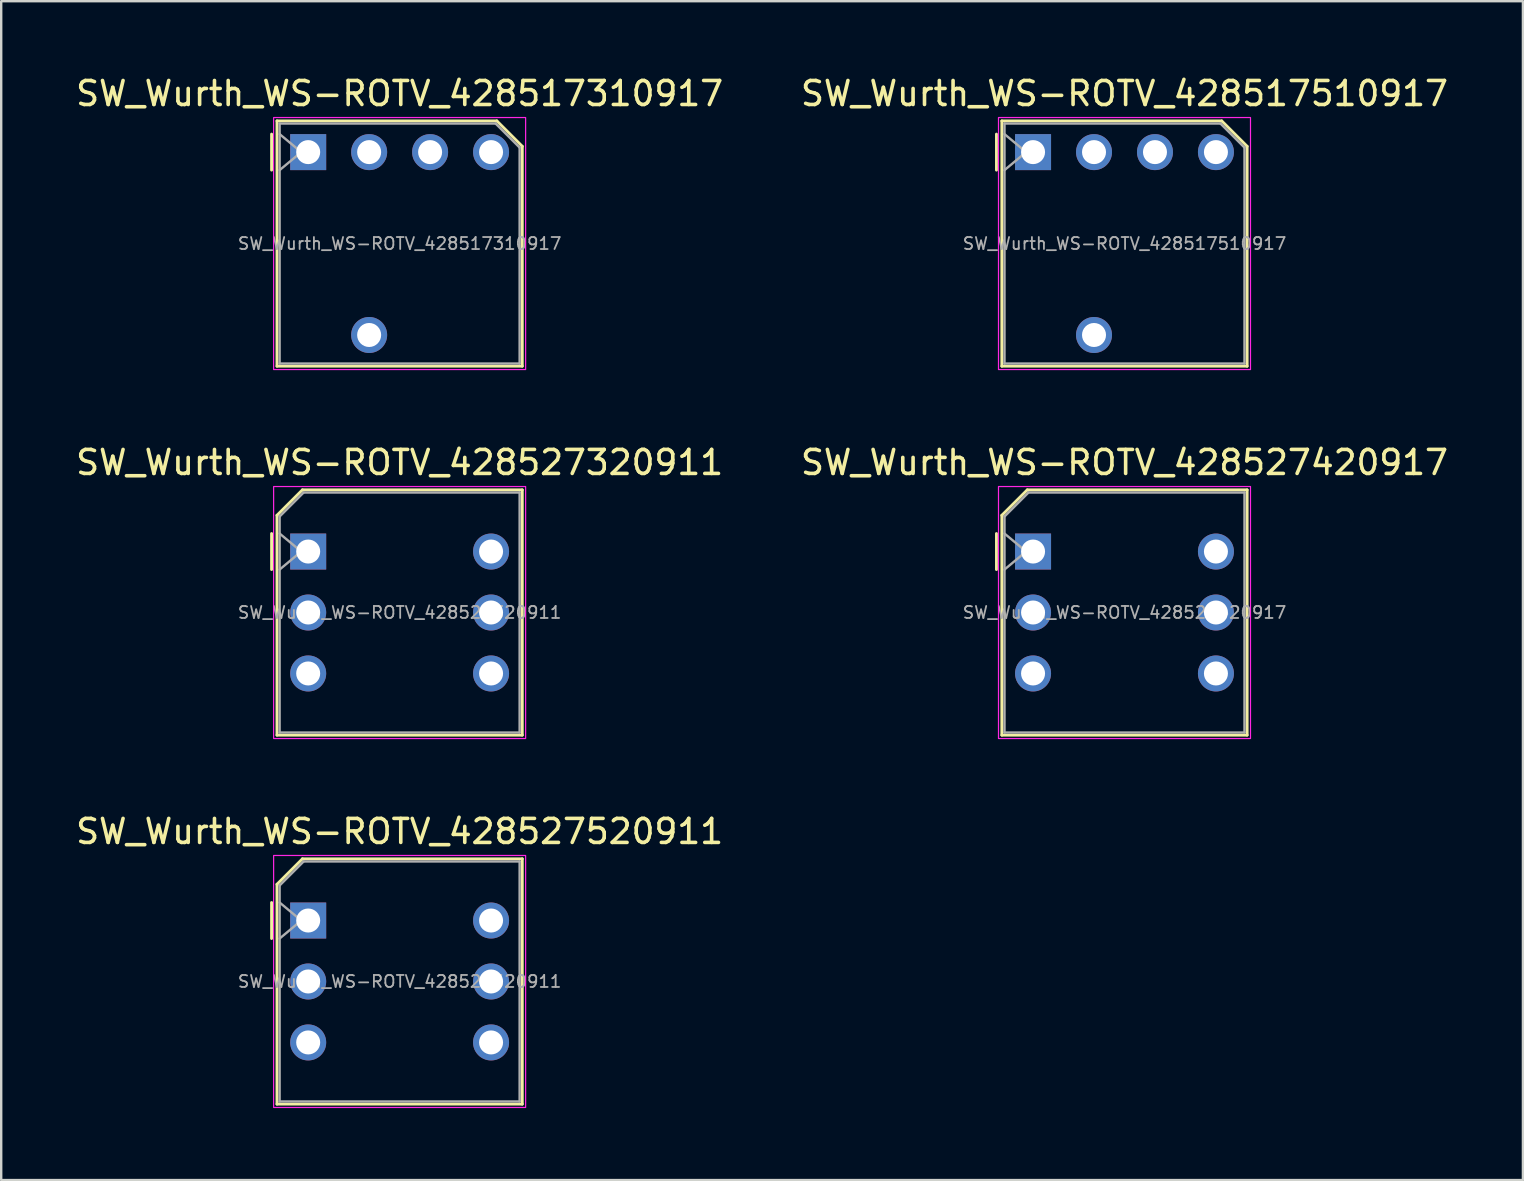
<source format=kicad_pcb>
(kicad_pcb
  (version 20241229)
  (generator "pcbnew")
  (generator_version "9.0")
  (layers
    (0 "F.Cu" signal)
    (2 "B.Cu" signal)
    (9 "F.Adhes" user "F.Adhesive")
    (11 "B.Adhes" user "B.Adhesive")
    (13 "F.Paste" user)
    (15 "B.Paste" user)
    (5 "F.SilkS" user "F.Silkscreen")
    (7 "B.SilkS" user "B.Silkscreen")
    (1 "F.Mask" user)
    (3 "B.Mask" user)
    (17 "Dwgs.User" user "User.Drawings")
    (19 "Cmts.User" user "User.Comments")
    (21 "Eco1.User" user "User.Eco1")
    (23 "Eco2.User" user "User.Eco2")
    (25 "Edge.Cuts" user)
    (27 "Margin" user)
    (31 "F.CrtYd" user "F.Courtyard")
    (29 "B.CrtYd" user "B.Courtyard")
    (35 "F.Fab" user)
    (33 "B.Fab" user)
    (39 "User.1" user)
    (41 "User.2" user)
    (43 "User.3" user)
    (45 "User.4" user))
  (footprint "SW_Wurth_WS-ROTV_428527320911"
    (layer "F.Cu")
    (at 9.791 19.931)
    (property "Reference" "SW_Wurth_WS-ROTV_428527320911" (at 3.81 -3.71 0) (unlocked yes) (layer "F.SilkS") (effects (font (size 1 1) (thickness 0.15))))
    (attr smd)
    (fp_line (start -1.525 -0.75) (end -1.525 0.75) (stroke (width 0.12) (type solid)) (layer "F.SilkS"))
    (fp_line (start -1.3 -1.51) (end -0.24 -2.57) (stroke (width 0.12) (type default)) (layer "F.SilkS"))
    (fp_line (start -1.3 7.65) (end -1.3 -1.51) (stroke (width 0.12) (type default)) (layer "F.SilkS"))
    (fp_line (start -0.24 -2.57) (end 8.92 -2.57) (stroke (width 0.12) (type default)) (layer "F.SilkS"))
    (fp_line (start 8.92 -2.57) (end 8.92 7.65) (stroke (width 0.12) (type default)) (layer "F.SilkS"))
    (fp_line (start 8.92 7.65) (end -1.3 7.65) (stroke (width 0.12) (type default)) (layer "F.SilkS"))
    (fp_rect (start -1.44 -2.71) (end 9.06 7.79) (stroke (width 0.05) (type solid)) (fill no) (layer "F.CrtYd"))
    (fp_line (start -1.19 -1.46) (end -0.19 -2.46) (stroke (width 0.1) (type default)) (layer "F.Fab"))
    (fp_line (start -1.19 -0.75) (end -0.29 0) (stroke (width 0.1) (type solid)) (layer "F.Fab"))
    (fp_line (start -1.19 0.75) (end -0.29 0) (stroke (width 0.1) (type solid)) (layer "F.Fab"))
    (fp_line (start -1.19 7.54) (end -1.19 -1.46) (stroke (width 0.1) (type default)) (layer "F.Fab"))
    (fp_line (start -0.19 -2.46) (end 8.81 -2.46) (stroke (width 0.1) (type default)) (layer "F.Fab"))
    (fp_line (start 8.81 -2.46) (end 8.81 7.54) (stroke (width 0.1) (type default)) (layer "F.Fab"))
    (fp_line (start 8.81 7.54) (end -1.19 7.54) (stroke (width 0.1) (type default)) (layer "F.Fab"))
    (fp_text user "${REFERENCE}" (at 3.81 2.54 0) (unlocked yes) (layer "F.Fab") (effects (font (size 0.5 0.5) (thickness 0.075))))
    (pad "1" thru_hole rect (at 0 0) (size 1.5 1.5) (drill 1) (layers "*.Cu" "*.Mask"))
    (pad "2" thru_hole circle (at 7.62 5.08) (size 1.5 1.5) (drill 1) (layers "*.Cu" "*.Mask"))
    (pad "4" thru_hole circle (at 0 5.08) (size 1.5 1.5) (drill 1) (layers "*.Cu" "*.Mask"))
    (pad "8" thru_hole circle (at 7.62 0) (size 1.5 1.5) (drill 1) (layers "*.Cu" "*.Mask"))
    (pad "C1" thru_hole circle (at 0 2.54) (size 1.5 1.5) (drill 1) (layers "*.Cu" "*.Mask"))
    (pad "C2" thru_hole circle (at 7.62 2.54) (size 1.5 1.5) (drill 1) (layers "*.Cu" "*.Mask")))
  (footprint "SW_Wurth_WS-ROTV_428517510917"
    (layer "F.Cu")
    (at 39.994 3.288)
    (property "Reference" "SW_Wurth_WS-ROTV_428517510917" (at 3.81 -2.44 0) (unlocked yes) (layer "F.SilkS") (effects (font (size 1 1) (thickness 0.15))))
    (attr smd)
    (fp_line (start -1.525 -0.75) (end -1.525 0.75) (stroke (width 0.12) (type solid)) (layer "F.SilkS"))
    (fp_line (start -1.3 -1.3) (end 7.86 -1.3) (stroke (width 0.12) (type default)) (layer "F.SilkS"))
    (fp_line (start -1.3 8.92) (end -1.3 -1.3) (stroke (width 0.12) (type default)) (layer "F.SilkS"))
    (fp_line (start 7.86 -1.3) (end 8.92 -0.24) (stroke (width 0.12) (type default)) (layer "F.SilkS"))
    (fp_line (start 8.92 -0.24) (end 8.92 8.92) (stroke (width 0.12) (type default)) (layer "F.SilkS"))
    (fp_line (start 8.92 8.92) (end -1.3 8.92) (stroke (width 0.12) (type default)) (layer "F.SilkS"))
    (fp_rect (start -1.44 -1.44) (end 9.06 9.06) (stroke (width 0.05) (type solid)) (fill no) (layer "F.CrtYd"))
    (fp_line (start -1.19 -1.19) (end 7.81 -1.19) (stroke (width 0.1) (type default)) (layer "F.Fab"))
    (fp_line (start -1.19 -0.75) (end -0.29 0) (stroke (width 0.1) (type solid)) (layer "F.Fab"))
    (fp_line (start -1.19 0.75) (end -0.29 0) (stroke (width 0.1) (type solid)) (layer "F.Fab"))
    (fp_line (start -1.19 8.81) (end -1.19 -1.19) (stroke (width 0.1) (type default)) (layer "F.Fab"))
    (fp_line (start 7.81 -1.19) (end 8.81 -0.19) (stroke (width 0.1) (type default)) (layer "F.Fab"))
    (fp_line (start 8.81 -0.19) (end 8.81 8.81) (stroke (width 0.1) (type default)) (layer "F.Fab"))
    (fp_line (start 8.81 8.81) (end -1.19 8.81) (stroke (width 0.1) (type default)) (layer "F.Fab"))
    (fp_text user "${REFERENCE}" (at 3.81 3.81 0) (unlocked yes) (layer "F.Fab") (effects (font (size 0.5 0.5) (thickness 0.075))))
    (pad "1" thru_hole rect (at 0 0) (size 1.5 1.5) (drill 1) (layers "*.Cu" "*.Mask"))
    (pad "2" thru_hole circle (at 2.54 0) (size 1.5 1.5) (drill 1) (layers "*.Cu" "*.Mask"))
    (pad "4" thru_hole circle (at 5.08 0) (size 1.5 1.5) (drill 1) (layers "*.Cu" "*.Mask"))
    (pad "8" thru_hole circle (at 7.62 0) (size 1.5 1.5) (drill 1) (layers "*.Cu" "*.Mask"))
    (pad "C" thru_hole circle (at 2.54 7.62) (size 1.5 1.5) (drill 1) (layers "*.Cu" "*.Mask")))
  (footprint "SW_Wurth_WS-ROTV_428527420917"
    (layer "F.Cu")
    (at 39.994 19.931)
    (property "Reference" "SW_Wurth_WS-ROTV_428527420917" (at 3.81 -3.71 0) (unlocked yes) (layer "F.SilkS") (effects (font (size 1 1) (thickness 0.15))))
    (attr smd)
    (fp_line (start -1.525 -0.75) (end -1.525 0.75) (stroke (width 0.12) (type solid)) (layer "F.SilkS"))
    (fp_line (start -1.3 -1.51) (end -0.24 -2.57) (stroke (width 0.12) (type default)) (layer "F.SilkS"))
    (fp_line (start -1.3 7.65) (end -1.3 -1.51) (stroke (width 0.12) (type default)) (layer "F.SilkS"))
    (fp_line (start -0.24 -2.57) (end 8.92 -2.57) (stroke (width 0.12) (type default)) (layer "F.SilkS"))
    (fp_line (start 8.92 -2.57) (end 8.92 7.65) (stroke (width 0.12) (type default)) (layer "F.SilkS"))
    (fp_line (start 8.92 7.65) (end -1.3 7.65) (stroke (width 0.12) (type default)) (layer "F.SilkS"))
    (fp_rect (start -1.44 -2.71) (end 9.06 7.79) (stroke (width 0.05) (type solid)) (fill no) (layer "F.CrtYd"))
    (fp_line (start -1.19 -1.46) (end -0.19 -2.46) (stroke (width 0.1) (type default)) (layer "F.Fab"))
    (fp_line (start -1.19 -0.75) (end -0.29 0) (stroke (width 0.1) (type solid)) (layer "F.Fab"))
    (fp_line (start -1.19 0.75) (end -0.29 0) (stroke (width 0.1) (type solid)) (layer "F.Fab"))
    (fp_line (start -1.19 7.54) (end -1.19 -1.46) (stroke (width 0.1) (type default)) (layer "F.Fab"))
    (fp_line (start -0.19 -2.46) (end 8.81 -2.46) (stroke (width 0.1) (type default)) (layer "F.Fab"))
    (fp_line (start 8.81 -2.46) (end 8.81 7.54) (stroke (width 0.1) (type default)) (layer "F.Fab"))
    (fp_line (start 8.81 7.54) (end -1.19 7.54) (stroke (width 0.1) (type default)) (layer "F.Fab"))
    (fp_text user "${REFERENCE}" (at 3.81 2.54 0) (unlocked yes) (layer "F.Fab") (effects (font (size 0.5 0.5) (thickness 0.075))))
    (pad "1" thru_hole rect (at 0 0) (size 1.5 1.5) (drill 1) (layers "*.Cu" "*.Mask"))
    (pad "2" thru_hole circle (at 7.62 5.08) (size 1.5 1.5) (drill 1) (layers "*.Cu" "*.Mask"))
    (pad "4" thru_hole circle (at 0 5.08) (size 1.5 1.5) (drill 1) (layers "*.Cu" "*.Mask"))
    (pad "8" thru_hole circle (at 7.62 0) (size 1.5 1.5) (drill 1) (layers "*.Cu" "*.Mask"))
    (pad "C1" thru_hole circle (at 0 2.54) (size 1.5 1.5) (drill 1) (layers "*.Cu" "*.Mask"))
    (pad "C2" thru_hole circle (at 7.62 2.54) (size 1.5 1.5) (drill 1) (layers "*.Cu" "*.Mask")))
  (footprint "SW_Wurth_WS-ROTV_428527520911"
    (layer "F.Cu")
    (at 9.791 35.305)
    (property "Reference" "SW_Wurth_WS-ROTV_428527520911" (at 3.81 -3.71 0) (unlocked yes) (layer "F.SilkS") (effects (font (size 1 1) (thickness 0.15))))
    (attr smd)
    (fp_line (start -1.525 -0.75) (end -1.525 0.75) (stroke (width 0.12) (type solid)) (layer "F.SilkS"))
    (fp_line (start -1.3 -1.51) (end -0.24 -2.57) (stroke (width 0.12) (type default)) (layer "F.SilkS"))
    (fp_line (start -1.3 7.65) (end -1.3 -1.51) (stroke (width 0.12) (type default)) (layer "F.SilkS"))
    (fp_line (start -0.24 -2.57) (end 8.92 -2.57) (stroke (width 0.12) (type default)) (layer "F.SilkS"))
    (fp_line (start 8.92 -2.57) (end 8.92 7.65) (stroke (width 0.12) (type default)) (layer "F.SilkS"))
    (fp_line (start 8.92 7.65) (end -1.3 7.65) (stroke (width 0.12) (type default)) (layer "F.SilkS"))
    (fp_rect (start -1.44 -2.71) (end 9.06 7.79) (stroke (width 0.05) (type solid)) (fill no) (layer "F.CrtYd"))
    (fp_line (start -1.19 -1.46) (end -0.19 -2.46) (stroke (width 0.1) (type default)) (layer "F.Fab"))
    (fp_line (start -1.19 -0.75) (end -0.29 0) (stroke (width 0.1) (type solid)) (layer "F.Fab"))
    (fp_line (start -1.19 0.75) (end -0.29 0) (stroke (width 0.1) (type solid)) (layer "F.Fab"))
    (fp_line (start -1.19 7.54) (end -1.19 -1.46) (stroke (width 0.1) (type default)) (layer "F.Fab"))
    (fp_line (start -0.19 -2.46) (end 8.81 -2.46) (stroke (width 0.1) (type default)) (layer "F.Fab"))
    (fp_line (start 8.81 -2.46) (end 8.81 7.54) (stroke (width 0.1) (type default)) (layer "F.Fab"))
    (fp_line (start 8.81 7.54) (end -1.19 7.54) (stroke (width 0.1) (type default)) (layer "F.Fab"))
    (fp_text user "${REFERENCE}" (at 3.81 2.54 0) (unlocked yes) (layer "F.Fab") (effects (font (size 0.5 0.5) (thickness 0.075))))
    (pad "1" thru_hole rect (at 0 0) (size 1.5 1.5) (drill 1) (layers "*.Cu" "*.Mask"))
    (pad "2" thru_hole circle (at 7.62 5.08) (size 1.5 1.5) (drill 1) (layers "*.Cu" "*.Mask"))
    (pad "4" thru_hole circle (at 0 5.08) (size 1.5 1.5) (drill 1) (layers "*.Cu" "*.Mask"))
    (pad "8" thru_hole circle (at 7.62 0) (size 1.5 1.5) (drill 1) (layers "*.Cu" "*.Mask"))
    (pad "C1" thru_hole circle (at 0 2.54) (size 1.5 1.5) (drill 1) (layers "*.Cu" "*.Mask"))
    (pad "C2" thru_hole circle (at 7.62 2.54) (size 1.5 1.5) (drill 1) (layers "*.Cu" "*.Mask")))
  (footprint "SW_Wurth_WS-ROTV_428517310917"
    (layer "F.Cu")
    (at 9.791 3.288)
    (property "Reference" "SW_Wurth_WS-ROTV_428517310917" (at 3.81 -2.44 0) (unlocked yes) (layer "F.SilkS") (effects (font (size 1 1) (thickness 0.15))))
    (attr smd)
    (fp_line (start -1.525 -0.75) (end -1.525 0.75) (stroke (width 0.12) (type solid)) (layer "F.SilkS"))
    (fp_line (start -1.3 -1.3) (end 7.86 -1.3) (stroke (width 0.12) (type default)) (layer "F.SilkS"))
    (fp_line (start -1.3 8.92) (end -1.3 -1.3) (stroke (width 0.12) (type default)) (layer "F.SilkS"))
    (fp_line (start 7.86 -1.3) (end 8.92 -0.24) (stroke (width 0.12) (type default)) (layer "F.SilkS"))
    (fp_line (start 8.92 -0.24) (end 8.92 8.92) (stroke (width 0.12) (type default)) (layer "F.SilkS"))
    (fp_line (start 8.92 8.92) (end -1.3 8.92) (stroke (width 0.12) (type default)) (layer "F.SilkS"))
    (fp_rect (start -1.44 -1.44) (end 9.06 9.06) (stroke (width 0.05) (type solid)) (fill no) (layer "F.CrtYd"))
    (fp_line (start -1.19 -1.19) (end 7.81 -1.19) (stroke (width 0.1) (type default)) (layer "F.Fab"))
    (fp_line (start -1.19 -0.75) (end -0.29 0) (stroke (width 0.1) (type solid)) (layer "F.Fab"))
    (fp_line (start -1.19 0.75) (end -0.29 0) (stroke (width 0.1) (type solid)) (layer "F.Fab"))
    (fp_line (start -1.19 8.81) (end -1.19 -1.19) (stroke (width 0.1) (type default)) (layer "F.Fab"))
    (fp_line (start 7.81 -1.19) (end 8.81 -0.19) (stroke (width 0.1) (type default)) (layer "F.Fab"))
    (fp_line (start 8.81 -0.19) (end 8.81 8.81) (stroke (width 0.1) (type default)) (layer "F.Fab"))
    (fp_line (start 8.81 8.81) (end -1.19 8.81) (stroke (width 0.1) (type default)) (layer "F.Fab"))
    (fp_text user "${REFERENCE}" (at 3.81 3.81 0) (unlocked yes) (layer "F.Fab") (effects (font (size 0.5 0.5) (thickness 0.075))))
    (pad "1" thru_hole rect (at 0 0) (size 1.5 1.5) (drill 1) (layers "*.Cu" "*.Mask"))
    (pad "2" thru_hole circle (at 2.54 0) (size 1.5 1.5) (drill 1) (layers "*.Cu" "*.Mask"))
    (pad "4" thru_hole circle (at 5.08 0) (size 1.5 1.5) (drill 1) (layers "*.Cu" "*.Mask"))
    (pad "8" thru_hole circle (at 7.62 0) (size 1.5 1.5) (drill 1) (layers "*.Cu" "*.Mask"))
    (pad "C" thru_hole circle (at 2.54 7.62) (size 1.5 1.5) (drill 1) (layers "*.Cu" "*.Mask")))
  (gr_rect
    (start -3 -3)
    (end 60.405 46.12)
    (stroke (width 0.1) (type default))
    (fill no)
    (layer "Edge.Cuts")))
</source>
